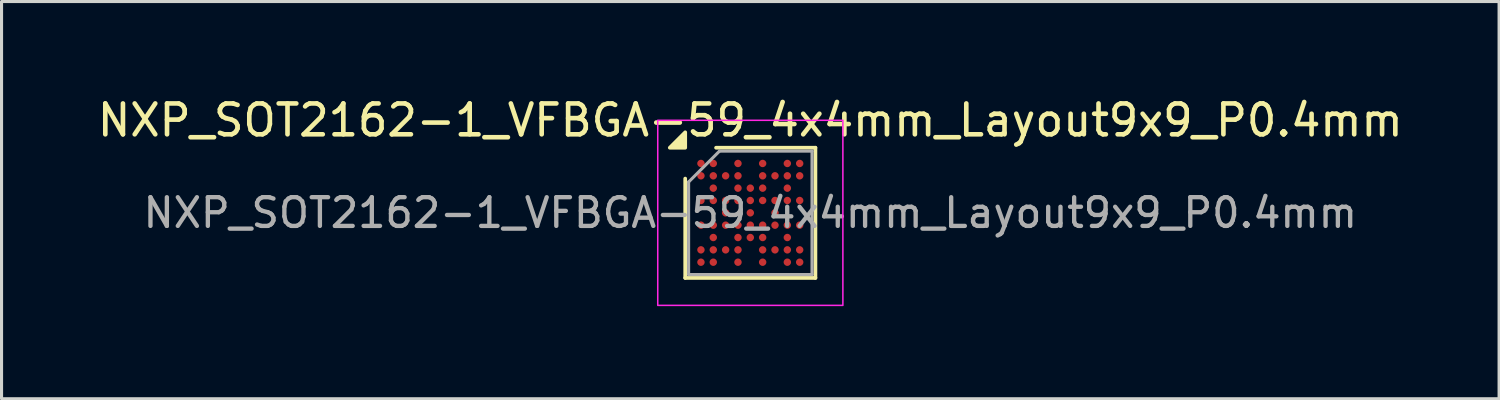
<source format=kicad_pcb>
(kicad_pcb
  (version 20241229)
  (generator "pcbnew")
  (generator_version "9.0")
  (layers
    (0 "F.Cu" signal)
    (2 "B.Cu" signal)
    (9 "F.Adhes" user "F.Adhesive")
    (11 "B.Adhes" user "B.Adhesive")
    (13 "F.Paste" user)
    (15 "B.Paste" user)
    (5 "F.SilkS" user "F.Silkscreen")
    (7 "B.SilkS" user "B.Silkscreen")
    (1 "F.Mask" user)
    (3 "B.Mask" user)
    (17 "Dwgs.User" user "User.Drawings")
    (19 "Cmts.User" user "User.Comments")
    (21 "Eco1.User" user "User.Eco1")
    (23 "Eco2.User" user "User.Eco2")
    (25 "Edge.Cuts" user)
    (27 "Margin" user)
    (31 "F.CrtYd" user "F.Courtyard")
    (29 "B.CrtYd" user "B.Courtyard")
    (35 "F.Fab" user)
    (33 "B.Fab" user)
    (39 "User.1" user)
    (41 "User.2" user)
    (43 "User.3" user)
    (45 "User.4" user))
  (footprint "NXP_SOT2162-1_VFBGA-59_4x4mm_Layout9x9_P0.4mm"
    (layer "F.Cu")
    (at 21.268 3.848)
    (property "Reference" "NXP_SOT2162-1_VFBGA-59_4x4mm_Layout9x9_P0.4mm" (at 0 -3 0) (layer "F.SilkS") (effects (font (size 1 1) (thickness 0.15))))
    (attr smd)
    (fp_line (start -2.11 2.11) (end -2.11 -1.11) (stroke (width 0.12) (type solid)) (layer "F.SilkS"))
    (fp_line (start -1.11 -2.11) (end 2.11 -2.11) (stroke (width 0.12) (type solid)) (layer "F.SilkS"))
    (fp_line (start 2.11 -2.11) (end 2.11 2.11) (stroke (width 0.12) (type solid)) (layer "F.SilkS"))
    (fp_line (start 2.11 2.11) (end -2.11 2.11) (stroke (width 0.12) (type solid)) (layer "F.SilkS"))
    (fp_poly (pts (xy -2.11 -2.11) (xy -2.61 -2.11) (xy -2.11 -2.61)) (stroke (width 0.12) (type solid)) (fill yes) (layer "F.SilkS"))
    (fp_rect (start -3 -3) (end 3 3) (stroke (width 0.05) (type solid)) (fill no) (layer "F.CrtYd"))
    (fp_line (start -2 -1) (end -1 -2) (stroke (width 0.1) (type solid)) (layer "F.Fab"))
    (fp_line (start -2 2) (end -2 -1) (stroke (width 0.1) (type solid)) (layer "F.Fab"))
    (fp_line (start -1 -2) (end 2 -2) (stroke (width 0.1) (type solid)) (layer "F.Fab"))
    (fp_line (start 2 -2) (end 2 2) (stroke (width 0.1) (type solid)) (layer "F.Fab"))
    (fp_line (start 2 2) (end -2 2) (stroke (width 0.1) (type solid)) (layer "F.Fab"))
    (fp_text user "${REFERENCE}" (at 0 0 0) (layer "F.Fab") (effects (font (size 0.93 0.93) (thickness 0.14))))
    (pad "A1" smd circle (at -1.6 -1.6) (size 0.24 0.24) (property pad_prop_bga) (layers "F.Cu" "F.Mask" "F.Paste"))
    (pad "A2" smd circle (at -1.2 -1.6) (size 0.24 0.24) (property pad_prop_bga) (layers "F.Cu" "F.Mask" "F.Paste"))
    (pad "A4" smd circle (at -0.4 -1.6) (size 0.24 0.24) (property pad_prop_bga) (layers "F.Cu" "F.Mask" "F.Paste"))
    (pad "A6" smd circle (at 0.4 -1.6) (size 0.24 0.24) (property pad_prop_bga) (layers "F.Cu" "F.Mask" "F.Paste"))
    (pad "A8" smd circle (at 1.2 -1.6) (size 0.24 0.24) (property pad_prop_bga) (layers "F.Cu" "F.Mask" "F.Paste"))
    (pad "A9" smd circle (at 1.6 -1.6) (size 0.24 0.24) (property pad_prop_bga) (layers "F.Cu" "F.Mask" "F.Paste"))
    (pad "B1" smd circle (at -1.6 -1.2) (size 0.24 0.24) (property pad_prop_bga) (layers "F.Cu" "F.Mask" "F.Paste"))
    (pad "B2" smd circle (at -1.2 -1.2) (size 0.24 0.24) (property pad_prop_bga) (layers "F.Cu" "F.Mask" "F.Paste"))
    (pad "B3" smd circle (at -0.8 -1.2) (size 0.24 0.24) (property pad_prop_bga) (layers "F.Cu" "F.Mask" "F.Paste"))
    (pad "B4" smd circle (at -0.4 -1.2) (size 0.24 0.24) (property pad_prop_bga) (layers "F.Cu" "F.Mask" "F.Paste"))
    (pad "B6" smd circle (at 0.4 -1.2) (size 0.24 0.24) (property pad_prop_bga) (layers "F.Cu" "F.Mask" "F.Paste"))
    (pad "B7" smd circle (at 0.8 -1.2) (size 0.24 0.24) (property pad_prop_bga) (layers "F.Cu" "F.Mask" "F.Paste"))
    (pad "B8" smd circle (at 1.2 -1.2) (size 0.24 0.24) (property pad_prop_bga) (layers "F.Cu" "F.Mask" "F.Paste"))
    (pad "B9" smd circle (at 1.6 -1.2) (size 0.24 0.24) (property pad_prop_bga) (layers "F.Cu" "F.Mask" "F.Paste"))
    (pad "C2" smd circle (at -1.2 -0.8) (size 0.24 0.24) (property pad_prop_bga) (layers "F.Cu" "F.Mask" "F.Paste"))
    (pad "C4" smd circle (at -0.4 -0.8) (size 0.24 0.24) (property pad_prop_bga) (layers "F.Cu" "F.Mask" "F.Paste"))
    (pad "C5" smd circle (at 0 -0.8) (size 0.24 0.24) (property pad_prop_bga) (layers "F.Cu" "F.Mask" "F.Paste"))
    (pad "C6" smd circle (at 0.4 -0.8) (size 0.24 0.24) (property pad_prop_bga) (layers "F.Cu" "F.Mask" "F.Paste"))
    (pad "C8" smd circle (at 1.2 -0.8) (size 0.24 0.24) (property pad_prop_bga) (layers "F.Cu" "F.Mask" "F.Paste"))
    (pad "D1" smd circle (at -1.6 -0.4) (size 0.24 0.24) (property pad_prop_bga) (layers "F.Cu" "F.Mask" "F.Paste"))
    (pad "D2" smd circle (at -1.2 -0.4) (size 0.24 0.24) (property pad_prop_bga) (layers "F.Cu" "F.Mask" "F.Paste"))
    (pad "D3" smd circle (at -0.8 -0.4) (size 0.24 0.24) (property pad_prop_bga) (layers "F.Cu" "F.Mask" "F.Paste"))
    (pad "D4" smd circle (at -0.4 -0.4) (size 0.24 0.24) (property pad_prop_bga) (layers "F.Cu" "F.Mask" "F.Paste"))
    (pad "D5" smd circle (at 0 -0.4) (size 0.24 0.24) (property pad_prop_bga) (layers "F.Cu" "F.Mask" "F.Paste"))
    (pad "D6" smd circle (at 0.4 -0.4) (size 0.24 0.24) (property pad_prop_bga) (layers "F.Cu" "F.Mask" "F.Paste"))
    (pad "D7" smd circle (at 0.8 -0.4) (size 0.24 0.24) (property pad_prop_bga) (layers "F.Cu" "F.Mask" "F.Paste"))
    (pad "D8" smd circle (at 1.2 -0.4) (size 0.24 0.24) (property pad_prop_bga) (layers "F.Cu" "F.Mask" "F.Paste"))
    (pad "D9" smd circle (at 1.6 -0.4) (size 0.24 0.24) (property pad_prop_bga) (layers "F.Cu" "F.Mask" "F.Paste"))
    (pad "E3" smd circle (at -0.8 0) (size 0.24 0.24) (property pad_prop_bga) (layers "F.Cu" "F.Mask" "F.Paste"))
    (pad "E5" smd circle (at 0 0) (size 0.24 0.24) (property pad_prop_bga) (layers "F.Cu" "F.Mask" "F.Paste"))
    (pad "E7" smd circle (at 0.8 0) (size 0.24 0.24) (property pad_prop_bga) (layers "F.Cu" "F.Mask" "F.Paste"))
    (pad "F1" smd circle (at -1.6 0.4) (size 0.24 0.24) (property pad_prop_bga) (layers "F.Cu" "F.Mask" "F.Paste"))
    (pad "F2" smd circle (at -1.2 0.4) (size 0.24 0.24) (property pad_prop_bga) (layers "F.Cu" "F.Mask" "F.Paste"))
    (pad "F3" smd circle (at -0.8 0.4) (size 0.24 0.24) (property pad_prop_bga) (layers "F.Cu" "F.Mask" "F.Paste"))
    (pad "F4" smd circle (at -0.4 0.4) (size 0.24 0.24) (property pad_prop_bga) (layers "F.Cu" "F.Mask" "F.Paste"))
    (pad "F5" smd circle (at 0 0.4) (size 0.24 0.24) (property pad_prop_bga) (layers "F.Cu" "F.Mask" "F.Paste"))
    (pad "F6" smd circle (at 0.4 0.4) (size 0.24 0.24) (property pad_prop_bga) (layers "F.Cu" "F.Mask" "F.Paste"))
    (pad "F7" smd circle (at 0.8 0.4) (size 0.24 0.24) (property pad_prop_bga) (layers "F.Cu" "F.Mask" "F.Paste"))
    (pad "F8" smd circle (at 1.2 0.4) (size 0.24 0.24) (property pad_prop_bga) (layers "F.Cu" "F.Mask" "F.Paste"))
    (pad "F9" smd circle (at 1.6 0.4) (size 0.24 0.24) (property pad_prop_bga) (layers "F.Cu" "F.Mask" "F.Paste"))
    (pad "G2" smd circle (at -1.2 0.8) (size 0.24 0.24) (property pad_prop_bga) (layers "F.Cu" "F.Mask" "F.Paste"))
    (pad "G4" smd circle (at -0.4 0.8) (size 0.24 0.24) (property pad_prop_bga) (layers "F.Cu" "F.Mask" "F.Paste"))
    (pad "G5" smd circle (at 0 0.8) (size 0.24 0.24) (property pad_prop_bga) (layers "F.Cu" "F.Mask" "F.Paste"))
    (pad "G6" smd circle (at 0.4 0.8) (size 0.24 0.24) (property pad_prop_bga) (layers "F.Cu" "F.Mask" "F.Paste"))
    (pad "G8" smd circle (at 1.2 0.8) (size 0.24 0.24) (property pad_prop_bga) (layers "F.Cu" "F.Mask" "F.Paste"))
    (pad "H1" smd circle (at -1.6 1.2) (size 0.24 0.24) (property pad_prop_bga) (layers "F.Cu" "F.Mask" "F.Paste"))
    (pad "H2" smd circle (at -1.2 1.2) (size 0.24 0.24) (property pad_prop_bga) (layers "F.Cu" "F.Mask" "F.Paste"))
    (pad "H3" smd circle (at -0.8 1.2) (size 0.24 0.24) (property pad_prop_bga) (layers "F.Cu" "F.Mask" "F.Paste"))
    (pad "H4" smd circle (at -0.4 1.2) (size 0.24 0.24) (property pad_prop_bga) (layers "F.Cu" "F.Mask" "F.Paste"))
    (pad "H6" smd circle (at 0.4 1.2) (size 0.24 0.24) (property pad_prop_bga) (layers "F.Cu" "F.Mask" "F.Paste"))
    (pad "H7" smd circle (at 0.8 1.2) (size 0.24 0.24) (property pad_prop_bga) (layers "F.Cu" "F.Mask" "F.Paste"))
    (pad "H8" smd circle (at 1.2 1.2) (size 0.24 0.24) (property pad_prop_bga) (layers "F.Cu" "F.Mask" "F.Paste"))
    (pad "H9" smd circle (at 1.6 1.2) (size 0.24 0.24) (property pad_prop_bga) (layers "F.Cu" "F.Mask" "F.Paste"))
    (pad "J1" smd circle (at -1.6 1.6) (size 0.24 0.24) (property pad_prop_bga) (layers "F.Cu" "F.Mask" "F.Paste"))
    (pad "J2" smd circle (at -1.2 1.6) (size 0.24 0.24) (property pad_prop_bga) (layers "F.Cu" "F.Mask" "F.Paste"))
    (pad "J4" smd circle (at -0.4 1.6) (size 0.24 0.24) (property pad_prop_bga) (layers "F.Cu" "F.Mask" "F.Paste"))
    (pad "J6" smd circle (at 0.4 1.6) (size 0.24 0.24) (property pad_prop_bga) (layers "F.Cu" "F.Mask" "F.Paste"))
    (pad "J8" smd circle (at 1.2 1.6) (size 0.24 0.24) (property pad_prop_bga) (layers "F.Cu" "F.Mask" "F.Paste"))
    (pad "J9" smd circle (at 1.6 1.6) (size 0.24 0.24) (property pad_prop_bga) (layers "F.Cu" "F.Mask" "F.Paste")))
  (gr_rect
    (start -3 -3)
    (end 45.536 9.873)
    (stroke (width 0.1) (type default))
    (fill no)
    (layer "Edge.Cuts")))
</source>
